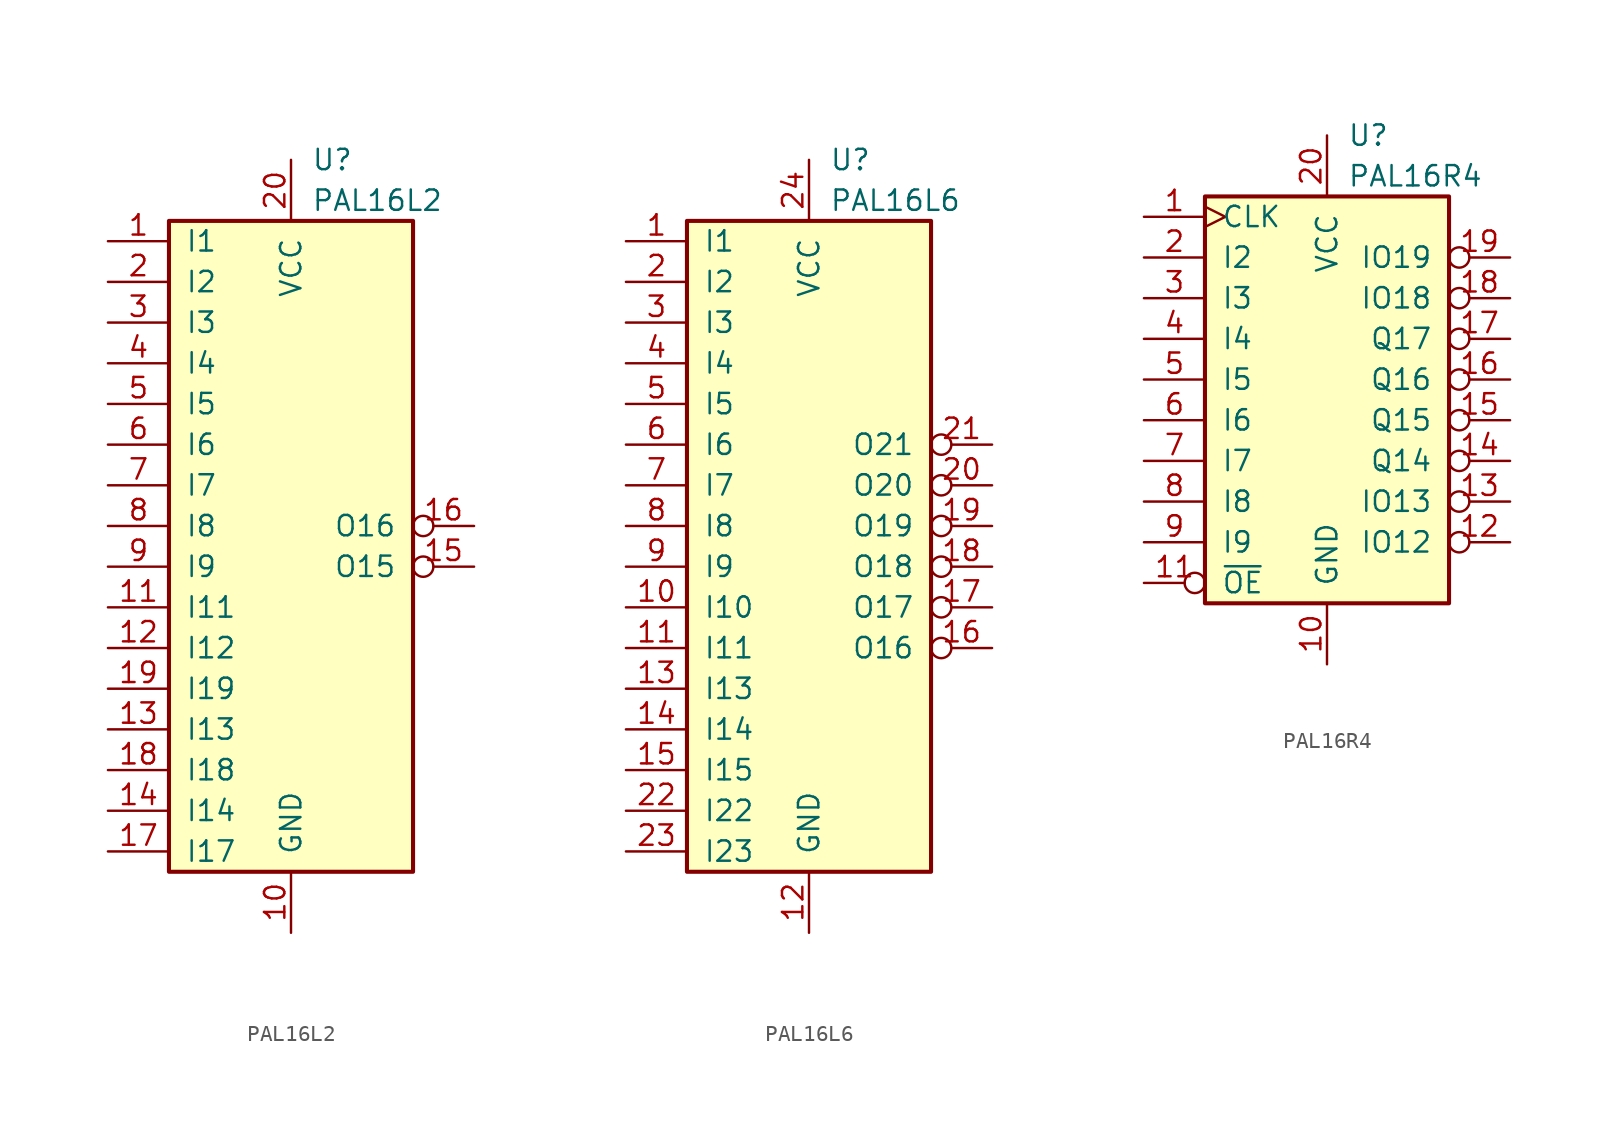
<source format=kicad_sym>
(kicad_symbol_lib
  (version 20220914)
  (generator kicad_symbol_editor)
  (symbol "PAL16L2"
    (pin_names
      (offset 1.016))
    (property "Reference" "U"
      (at 1.27 24.13 0)
      (do_not_autoplace)
      (effects (font (size 1.27 1.27)) (justify left)))
    (property "Value" "PAL16L2"
      (at 1.27 21.59 0)
      (do_not_autoplace)
      (effects (font (size 1.27 1.27)) (justify left)))
    (symbol "PAL16L2_0_0"
      (pin power_in line (at 0 -24.13 90) (length 3.81) (name "GND" (effects (font (size 1.27 1.27)))) (number "10" (effects (font (size 1.27 1.27)))))
      (pin power_in line (at 0 24.13 270) (length 3.81) (name "VCC" (effects (font (size 1.27 1.27)))) (number "20" (effects (font (size 1.27 1.27))))))
    (symbol "PAL16L2_0_1"
      (rectangle (start -7.62 20.32) (end 7.62 -20.32) (stroke (width 0.254) (type default)) (fill (type background))))
    (symbol "PAL16L2_1_1"
      (pin input line (at -11.43 19.05 0) (length 3.81) (name "I1" (effects (font (size 1.27 1.27)))) (number "1" (effects (font (size 1.27 1.27)))))
      (pin input line (at -11.43 -3.81 0) (length 3.81) (name "I11" (effects (font (size 1.27 1.27)))) (number "11" (effects (font (size 1.27 1.27)))))
      (pin input line (at -11.43 -6.35 0) (length 3.81) (name "I12" (effects (font (size 1.27 1.27)))) (number "12" (effects (font (size 1.27 1.27)))))
      (pin input line (at -11.43 -11.43 0) (length 3.81) (name "I13" (effects (font (size 1.27 1.27)))) (number "13" (effects (font (size 1.27 1.27)))))
      (pin input line (at -11.43 -16.51 0) (length 3.81) (name "I14" (effects (font (size 1.27 1.27)))) (number "14" (effects (font (size 1.27 1.27)))))
      (pin output inverted (at 11.43 -1.27 180) (length 3.81) (name "O15" (effects (font (size 1.27 1.27)))) (number "15" (effects (font (size 1.27 1.27)))))
      (pin output inverted (at 11.43 1.27 180) (length 3.81) (name "O16" (effects (font (size 1.27 1.27)))) (number "16" (effects (font (size 1.27 1.27)))))
      (pin input line (at -11.43 -19.05 0) (length 3.81) (name "I17" (effects (font (size 1.27 1.27)))) (number "17" (effects (font (size 1.27 1.27)))))
      (pin input line (at -11.43 -13.97 0) (length 3.81) (name "I18" (effects (font (size 1.27 1.27)))) (number "18" (effects (font (size 1.27 1.27)))))
      (pin input line (at -11.43 -8.89 0) (length 3.81) (name "I19" (effects (font (size 1.27 1.27)))) (number "19" (effects (font (size 1.27 1.27)))))
      (pin input line (at -11.43 16.51 0) (length 3.81) (name "I2" (effects (font (size 1.27 1.27)))) (number "2" (effects (font (size 1.27 1.27)))))
      (pin input line (at -11.43 13.97 0) (length 3.81) (name "I3" (effects (font (size 1.27 1.27)))) (number "3" (effects (font (size 1.27 1.27)))))
      (pin input line (at -11.43 11.43 0) (length 3.81) (name "I4" (effects (font (size 1.27 1.27)))) (number "4" (effects (font (size 1.27 1.27)))))
      (pin input line (at -11.43 8.89 0) (length 3.81) (name "I5" (effects (font (size 1.27 1.27)))) (number "5" (effects (font (size 1.27 1.27)))))
      (pin input line (at -11.43 6.35 0) (length 3.81) (name "I6" (effects (font (size 1.27 1.27)))) (number "6" (effects (font (size 1.27 1.27)))))
      (pin input line (at -11.43 3.81 0) (length 3.81) (name "I7" (effects (font (size 1.27 1.27)))) (number "7" (effects (font (size 1.27 1.27)))))
      (pin input line (at -11.43 1.27 0) (length 3.81) (name "I8" (effects (font (size 1.27 1.27)))) (number "8" (effects (font (size 1.27 1.27)))))
      (pin input line (at -11.43 -1.27 0) (length 3.81) (name "I9" (effects (font (size 1.27 1.27)))) (number "9" (effects (font (size 1.27 1.27)))))))
  (symbol "PAL16L6"
    (pin_names
      (offset 1.016))
    (property "Reference" "U"
      (at 1.27 24.13 0)
      (do_not_autoplace)
      (effects (font (size 1.27 1.27)) (justify left)))
    (property "Value" "PAL16L6"
      (at 1.27 21.59 0)
      (do_not_autoplace)
      (effects (font (size 1.27 1.27)) (justify left)))
    (symbol "PAL16L6_0_0"
      (pin power_in line (at 0 -24.13 90) (length 3.81) (name "GND" (effects (font (size 1.27 1.27)))) (number "12" (effects (font (size 1.27 1.27)))))
      (pin power_in line (at 0 24.13 270) (length 3.81) (name "VCC" (effects (font (size 1.27 1.27)))) (number "24" (effects (font (size 1.27 1.27))))))
    (symbol "PAL16L6_0_1"
      (rectangle (start -7.62 20.32) (end 7.62 -20.32) (stroke (width 0.254) (type default)) (fill (type background))))
    (symbol "PAL16L6_1_1"
      (pin input line (at -11.43 19.05 0) (length 3.81) (name "I1" (effects (font (size 1.27 1.27)))) (number "1" (effects (font (size 1.27 1.27)))))
      (pin input line (at -11.43 -3.81 0) (length 3.81) (name "I10" (effects (font (size 1.27 1.27)))) (number "10" (effects (font (size 1.27 1.27)))))
      (pin input line (at -11.43 -6.35 0) (length 3.81) (name "I11" (effects (font (size 1.27 1.27)))) (number "11" (effects (font (size 1.27 1.27)))))
      (pin input line (at -11.43 -8.89 0) (length 3.81) (name "I13" (effects (font (size 1.27 1.27)))) (number "13" (effects (font (size 1.27 1.27)))))
      (pin input line (at -11.43 -11.43 0) (length 3.81) (name "I14" (effects (font (size 1.27 1.27)))) (number "14" (effects (font (size 1.27 1.27)))))
      (pin input line (at -11.43 -13.97 0) (length 3.81) (name "I15" (effects (font (size 1.27 1.27)))) (number "15" (effects (font (size 1.27 1.27)))))
      (pin output inverted (at 11.43 -6.35 180) (length 3.81) (name "O16" (effects (font (size 1.27 1.27)))) (number "16" (effects (font (size 1.27 1.27)))))
      (pin output inverted (at 11.43 -3.81 180) (length 3.81) (name "O17" (effects (font (size 1.27 1.27)))) (number "17" (effects (font (size 1.27 1.27)))))
      (pin output inverted (at 11.43 -1.27 180) (length 3.81) (name "O18" (effects (font (size 1.27 1.27)))) (number "18" (effects (font (size 1.27 1.27)))))
      (pin output inverted (at 11.43 1.27 180) (length 3.81) (name "O19" (effects (font (size 1.27 1.27)))) (number "19" (effects (font (size 1.27 1.27)))))
      (pin input line (at -11.43 16.51 0) (length 3.81) (name "I2" (effects (font (size 1.27 1.27)))) (number "2" (effects (font (size 1.27 1.27)))))
      (pin output inverted (at 11.43 3.81 180) (length 3.81) (name "O20" (effects (font (size 1.27 1.27)))) (number "20" (effects (font (size 1.27 1.27)))))
      (pin output inverted (at 11.43 6.35 180) (length 3.81) (name "O21" (effects (font (size 1.27 1.27)))) (number "21" (effects (font (size 1.27 1.27)))))
      (pin input line (at -11.43 -16.51 0) (length 3.81) (name "I22" (effects (font (size 1.27 1.27)))) (number "22" (effects (font (size 1.27 1.27)))))
      (pin input line (at -11.43 -19.05 0) (length 3.81) (name "I23" (effects (font (size 1.27 1.27)))) (number "23" (effects (font (size 1.27 1.27)))))
      (pin input line (at -11.43 13.97 0) (length 3.81) (name "I3" (effects (font (size 1.27 1.27)))) (number "3" (effects (font (size 1.27 1.27)))))
      (pin input line (at -11.43 11.43 0) (length 3.81) (name "I4" (effects (font (size 1.27 1.27)))) (number "4" (effects (font (size 1.27 1.27)))))
      (pin input line (at -11.43 8.89 0) (length 3.81) (name "I5" (effects (font (size 1.27 1.27)))) (number "5" (effects (font (size 1.27 1.27)))))
      (pin input line (at -11.43 6.35 0) (length 3.81) (name "I6" (effects (font (size 1.27 1.27)))) (number "6" (effects (font (size 1.27 1.27)))))
      (pin input line (at -11.43 3.81 0) (length 3.81) (name "I7" (effects (font (size 1.27 1.27)))) (number "7" (effects (font (size 1.27 1.27)))))
      (pin input line (at -11.43 1.27 0) (length 3.81) (name "I8" (effects (font (size 1.27 1.27)))) (number "8" (effects (font (size 1.27 1.27)))))
      (pin input line (at -11.43 -1.27 0) (length 3.81) (name "I9" (effects (font (size 1.27 1.27)))) (number "9" (effects (font (size 1.27 1.27)))))))
  (symbol "PAL16R4"
    (pin_names
      (offset 1.016))
    (property "Reference" "U"
      (at 1.27 16.51 0)
      (do_not_autoplace)
      (effects (font (size 1.27 1.27)) (justify left)))
    (property "Value" "PAL16R4"
      (at 1.27 13.97 0)
      (do_not_autoplace)
      (effects (font (size 1.27 1.27)) (justify left)))
    (symbol "PAL16R4_0_0"
      (pin power_in line (at 0 -16.51 90) (length 3.81) (name "GND" (effects (font (size 1.27 1.27)))) (number "10" (effects (font (size 1.27 1.27)))))
      (pin power_in line (at 0 16.51 270) (length 3.81) (name "VCC" (effects (font (size 1.27 1.27)))) (number "20" (effects (font (size 1.27 1.27))))))
    (symbol "PAL16R4_0_1"
      (rectangle (start -7.62 12.7) (end 7.62 -12.7) (stroke (width 0.254) (type default)) (fill (type background))))
    (symbol "PAL16R4_1_1"
      (pin input clock (at -11.43 11.43 0) (length 3.81) (name "CLK" (effects (font (size 1.27 1.27)))) (number "1" (effects (font (size 1.27 1.27)))))
      (pin input inverted (at -11.43 -11.43 0) (length 3.81) (name "~{OE}" (effects (font (size 1.27 1.27)))) (number "11" (effects (font (size 1.27 1.27)))))
      (pin tri_state inverted (at 11.43 -8.89 180) (length 3.81) (name "IO12" (effects (font (size 1.27 1.27)))) (number "12" (effects (font (size 1.27 1.27)))))
      (pin tri_state inverted (at 11.43 -6.35 180) (length 3.81) (name "IO13" (effects (font (size 1.27 1.27)))) (number "13" (effects (font (size 1.27 1.27)))))
      (pin output inverted (at 11.43 -3.81 180) (length 3.81) (name "Q14" (effects (font (size 1.27 1.27)))) (number "14" (effects (font (size 1.27 1.27)))))
      (pin output inverted (at 11.43 -1.27 180) (length 3.81) (name "Q15" (effects (font (size 1.27 1.27)))) (number "15" (effects (font (size 1.27 1.27)))))
      (pin output inverted (at 11.43 1.27 180) (length 3.81) (name "Q16" (effects (font (size 1.27 1.27)))) (number "16" (effects (font (size 1.27 1.27)))))
      (pin output inverted (at 11.43 3.81 180) (length 3.81) (name "Q17" (effects (font (size 1.27 1.27)))) (number "17" (effects (font (size 1.27 1.27)))))
      (pin tri_state inverted (at 11.43 6.35 180) (length 3.81) (name "IO18" (effects (font (size 1.27 1.27)))) (number "18" (effects (font (size 1.27 1.27)))))
      (pin tri_state inverted (at 11.43 8.89 180) (length 3.81) (name "IO19" (effects (font (size 1.27 1.27)))) (number "19" (effects (font (size 1.27 1.27)))))
      (pin input line (at -11.43 8.89 0) (length 3.81) (name "I2" (effects (font (size 1.27 1.27)))) (number "2" (effects (font (size 1.27 1.27)))))
      (pin input line (at -11.43 6.35 0) (length 3.81) (name "I3" (effects (font (size 1.27 1.27)))) (number "3" (effects (font (size 1.27 1.27)))))
      (pin input line (at -11.43 3.81 0) (length 3.81) (name "I4" (effects (font (size 1.27 1.27)))) (number "4" (effects (font (size 1.27 1.27)))))
      (pin input line (at -11.43 1.27 0) (length 3.81) (name "I5" (effects (font (size 1.27 1.27)))) (number "5" (effects (font (size 1.27 1.27)))))
      (pin input line (at -11.43 -1.27 0) (length 3.81) (name "I6" (effects (font (size 1.27 1.27)))) (number "6" (effects (font (size 1.27 1.27)))))
      (pin input line (at -11.43 -3.81 0) (length 3.81) (name "I7" (effects (font (size 1.27 1.27)))) (number "7" (effects (font (size 1.27 1.27)))))
      (pin input line (at -11.43 -6.35 0) (length 3.81) (name "I8" (effects (font (size 1.27 1.27)))) (number "8" (effects (font (size 1.27 1.27)))))
      (pin input line (at -11.43 -8.89 0) (length 3.81) (name "I9" (effects (font (size 1.27 1.27)))) (number "9" (effects (font (size 1.27 1.27))))))))
</source>
